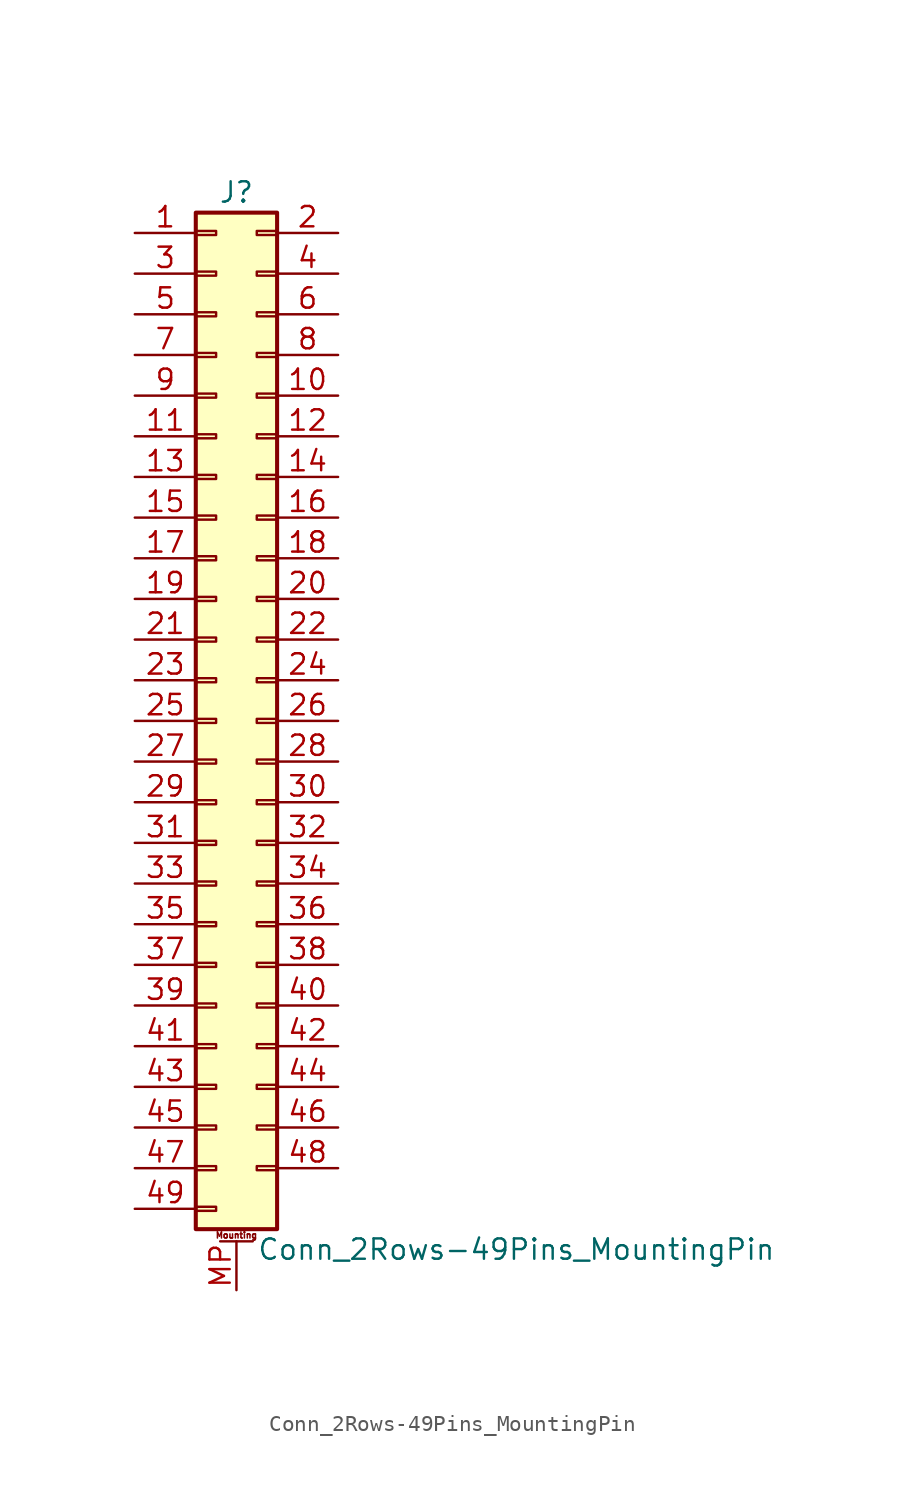
<source format=kicad_sym>
(kicad_symbol_lib
  (version 20211014)
  (generator kicad_symbol_editor)
  (symbol "Conn_2Rows-49Pins_MountingPin"
    (pin_names
      (offset 1.016) hide)
    (property "Reference" "J"
      (at 1.27 33.02 0)
      (effects (font (size 1.27 1.27))))
    (property "Value" "Conn_2Rows-49Pins_MountingPin"
      (at 2.54 -33.02 0)
      (effects (font (size 1.27 1.27)) (justify left)))
    (symbol "Conn_2Rows-49Pins_MountingPin_1_1"
      (rectangle (start -1.27 -30.353) (end 0 -30.607) (stroke (width 0.152) (type default) (color 0 0 0 0)) (fill (type none)))
      (rectangle (start -1.27 -27.813) (end 0 -28.067) (stroke (width 0.152) (type default) (color 0 0 0 0)) (fill (type none)))
      (rectangle (start -1.27 -25.273) (end 0 -25.527) (stroke (width 0.152) (type default) (color 0 0 0 0)) (fill (type none)))
      (rectangle (start -1.27 -22.733) (end 0 -22.987) (stroke (width 0.152) (type default) (color 0 0 0 0)) (fill (type none)))
      (rectangle (start -1.27 -20.193) (end 0 -20.447) (stroke (width 0.152) (type default) (color 0 0 0 0)) (fill (type none)))
      (rectangle (start -1.27 -17.653) (end 0 -17.907) (stroke (width 0.152) (type default) (color 0 0 0 0)) (fill (type none)))
      (rectangle (start -1.27 -15.113) (end 0 -15.367) (stroke (width 0.152) (type default) (color 0 0 0 0)) (fill (type none)))
      (rectangle (start -1.27 -12.573) (end 0 -12.827) (stroke (width 0.152) (type default) (color 0 0 0 0)) (fill (type none)))
      (rectangle (start -1.27 -10.033) (end 0 -10.287) (stroke (width 0.152) (type default) (color 0 0 0 0)) (fill (type none)))
      (rectangle (start -1.27 -7.493) (end 0 -7.747) (stroke (width 0.152) (type default) (color 0 0 0 0)) (fill (type none)))
      (rectangle (start -1.27 -4.953) (end 0 -5.207) (stroke (width 0.152) (type default) (color 0 0 0 0)) (fill (type none)))
      (rectangle (start -1.27 -2.413) (end 0 -2.667) (stroke (width 0.152) (type default) (color 0 0 0 0)) (fill (type none)))
      (rectangle (start -1.27 0.127) (end 0 -0.127) (stroke (width 0.152) (type default) (color 0 0 0 0)) (fill (type none)))
      (rectangle (start -1.27 2.667) (end 0 2.413) (stroke (width 0.152) (type default) (color 0 0 0 0)) (fill (type none)))
      (rectangle (start -1.27 5.207) (end 0 4.953) (stroke (width 0.152) (type default) (color 0 0 0 0)) (fill (type none)))
      (rectangle (start -1.27 7.747) (end 0 7.493) (stroke (width 0.152) (type default) (color 0 0 0 0)) (fill (type none)))
      (rectangle (start -1.27 10.287) (end 0 10.033) (stroke (width 0.152) (type default) (color 0 0 0 0)) (fill (type none)))
      (rectangle (start -1.27 12.827) (end 0 12.573) (stroke (width 0.152) (type default) (color 0 0 0 0)) (fill (type none)))
      (rectangle (start -1.27 15.367) (end 0 15.113) (stroke (width 0.152) (type default) (color 0 0 0 0)) (fill (type none)))
      (rectangle (start -1.27 17.907) (end 0 17.653) (stroke (width 0.152) (type default) (color 0 0 0 0)) (fill (type none)))
      (rectangle (start -1.27 20.447) (end 0 20.193) (stroke (width 0.152) (type default) (color 0 0 0 0)) (fill (type none)))
      (rectangle (start -1.27 22.987) (end 0 22.733) (stroke (width 0.152) (type default) (color 0 0 0 0)) (fill (type none)))
      (rectangle (start -1.27 25.527) (end 0 25.273) (stroke (width 0.152) (type default) (color 0 0 0 0)) (fill (type none)))
      (rectangle (start -1.27 28.067) (end 0 27.813) (stroke (width 0.152) (type default) (color 0 0 0 0)) (fill (type none)))
      (rectangle (start -1.27 30.607) (end 0 30.353) (stroke (width 0.152) (type default) (color 0 0 0 0)) (fill (type none)))
      (rectangle (start -1.27 31.75) (end 3.81 -31.75) (stroke (width 0.254) (type default) (color 0 0 0 0)) (fill (type background)))
      (polyline (pts (xy 0.254 -32.512) (xy 2.286 -32.512)) (stroke (width 0.152) (type default) (color 0 0 0 0)) (fill (type none)))
      (rectangle (start 3.81 -27.813) (end 2.54 -28.067) (stroke (width 0.152) (type default) (color 0 0 0 0)) (fill (type none)))
      (rectangle (start 3.81 -25.273) (end 2.54 -25.527) (stroke (width 0.152) (type default) (color 0 0 0 0)) (fill (type none)))
      (rectangle (start 3.81 -22.733) (end 2.54 -22.987) (stroke (width 0.152) (type default) (color 0 0 0 0)) (fill (type none)))
      (rectangle (start 3.81 -20.193) (end 2.54 -20.447) (stroke (width 0.152) (type default) (color 0 0 0 0)) (fill (type none)))
      (rectangle (start 3.81 -17.653) (end 2.54 -17.907) (stroke (width 0.152) (type default) (color 0 0 0 0)) (fill (type none)))
      (rectangle (start 3.81 -15.113) (end 2.54 -15.367) (stroke (width 0.152) (type default) (color 0 0 0 0)) (fill (type none)))
      (rectangle (start 3.81 -12.573) (end 2.54 -12.827) (stroke (width 0.152) (type default) (color 0 0 0 0)) (fill (type none)))
      (rectangle (start 3.81 -10.033) (end 2.54 -10.287) (stroke (width 0.152) (type default) (color 0 0 0 0)) (fill (type none)))
      (rectangle (start 3.81 -7.493) (end 2.54 -7.747) (stroke (width 0.152) (type default) (color 0 0 0 0)) (fill (type none)))
      (rectangle (start 3.81 -4.953) (end 2.54 -5.207) (stroke (width 0.152) (type default) (color 0 0 0 0)) (fill (type none)))
      (rectangle (start 3.81 -2.413) (end 2.54 -2.667) (stroke (width 0.152) (type default) (color 0 0 0 0)) (fill (type none)))
      (rectangle (start 3.81 0.127) (end 2.54 -0.127) (stroke (width 0.152) (type default) (color 0 0 0 0)) (fill (type none)))
      (rectangle (start 3.81 2.667) (end 2.54 2.413) (stroke (width 0.152) (type default) (color 0 0 0 0)) (fill (type none)))
      (rectangle (start 3.81 5.207) (end 2.54 4.953) (stroke (width 0.152) (type default) (color 0 0 0 0)) (fill (type none)))
      (rectangle (start 3.81 7.747) (end 2.54 7.493) (stroke (width 0.152) (type default) (color 0 0 0 0)) (fill (type none)))
      (rectangle (start 3.81 10.287) (end 2.54 10.033) (stroke (width 0.152) (type default) (color 0 0 0 0)) (fill (type none)))
      (rectangle (start 3.81 12.827) (end 2.54 12.573) (stroke (width 0.152) (type default) (color 0 0 0 0)) (fill (type none)))
      (rectangle (start 3.81 15.367) (end 2.54 15.113) (stroke (width 0.152) (type default) (color 0 0 0 0)) (fill (type none)))
      (rectangle (start 3.81 17.907) (end 2.54 17.653) (stroke (width 0.152) (type default) (color 0 0 0 0)) (fill (type none)))
      (rectangle (start 3.81 20.447) (end 2.54 20.193) (stroke (width 0.152) (type default) (color 0 0 0 0)) (fill (type none)))
      (rectangle (start 3.81 22.987) (end 2.54 22.733) (stroke (width 0.152) (type default) (color 0 0 0 0)) (fill (type none)))
      (rectangle (start 3.81 25.527) (end 2.54 25.273) (stroke (width 0.152) (type default) (color 0 0 0 0)) (fill (type none)))
      (rectangle (start 3.81 28.067) (end 2.54 27.813) (stroke (width 0.152) (type default) (color 0 0 0 0)) (fill (type none)))
      (rectangle (start 3.81 30.607) (end 2.54 30.353) (stroke (width 0.152) (type default) (color 0 0 0 0)) (fill (type none)))
      (text "Mounting" (at 1.27 -32.131 0) (effects (font (size 0.381 0.381))))
      (pin passive line (at -5.08 30.48 0) (length 3.81) (name "Pin_1" (effects (font (size 1.27 1.27)))) (number "1" (effects (font (size 1.27 1.27)))))
      (pin passive line (at 7.62 20.32 180) (length 3.81) (name "Pin_10" (effects (font (size 1.27 1.27)))) (number "10" (effects (font (size 1.27 1.27)))))
      (pin passive line (at -5.08 17.78 0) (length 3.81) (name "Pin_11" (effects (font (size 1.27 1.27)))) (number "11" (effects (font (size 1.27 1.27)))))
      (pin passive line (at 7.62 17.78 180) (length 3.81) (name "Pin_12" (effects (font (size 1.27 1.27)))) (number "12" (effects (font (size 1.27 1.27)))))
      (pin passive line (at -5.08 15.24 0) (length 3.81) (name "Pin_13" (effects (font (size 1.27 1.27)))) (number "13" (effects (font (size 1.27 1.27)))))
      (pin passive line (at 7.62 15.24 180) (length 3.81) (name "Pin_14" (effects (font (size 1.27 1.27)))) (number "14" (effects (font (size 1.27 1.27)))))
      (pin passive line (at -5.08 12.7 0) (length 3.81) (name "Pin_15" (effects (font (size 1.27 1.27)))) (number "15" (effects (font (size 1.27 1.27)))))
      (pin passive line (at 7.62 12.7 180) (length 3.81) (name "Pin_16" (effects (font (size 1.27 1.27)))) (number "16" (effects (font (size 1.27 1.27)))))
      (pin passive line (at -5.08 10.16 0) (length 3.81) (name "Pin_17" (effects (font (size 1.27 1.27)))) (number "17" (effects (font (size 1.27 1.27)))))
      (pin passive line (at 7.62 10.16 180) (length 3.81) (name "Pin_18" (effects (font (size 1.27 1.27)))) (number "18" (effects (font (size 1.27 1.27)))))
      (pin passive line (at -5.08 7.62 0) (length 3.81) (name "Pin_19" (effects (font (size 1.27 1.27)))) (number "19" (effects (font (size 1.27 1.27)))))
      (pin passive line (at 7.62 30.48 180) (length 3.81) (name "Pin_2" (effects (font (size 1.27 1.27)))) (number "2" (effects (font (size 1.27 1.27)))))
      (pin passive line (at 7.62 7.62 180) (length 3.81) (name "Pin_20" (effects (font (size 1.27 1.27)))) (number "20" (effects (font (size 1.27 1.27)))))
      (pin passive line (at -5.08 5.08 0) (length 3.81) (name "Pin_21" (effects (font (size 1.27 1.27)))) (number "21" (effects (font (size 1.27 1.27)))))
      (pin passive line (at 7.62 5.08 180) (length 3.81) (name "Pin_22" (effects (font (size 1.27 1.27)))) (number "22" (effects (font (size 1.27 1.27)))))
      (pin passive line (at -5.08 2.54 0) (length 3.81) (name "Pin_23" (effects (font (size 1.27 1.27)))) (number "23" (effects (font (size 1.27 1.27)))))
      (pin passive line (at 7.62 2.54 180) (length 3.81) (name "Pin_24" (effects (font (size 1.27 1.27)))) (number "24" (effects (font (size 1.27 1.27)))))
      (pin passive line (at -5.08 0 0) (length 3.81) (name "Pin_25" (effects (font (size 1.27 1.27)))) (number "25" (effects (font (size 1.27 1.27)))))
      (pin passive line (at 7.62 0 180) (length 3.81) (name "Pin_26" (effects (font (size 1.27 1.27)))) (number "26" (effects (font (size 1.27 1.27)))))
      (pin passive line (at -5.08 -2.54 0) (length 3.81) (name "Pin_27" (effects (font (size 1.27 1.27)))) (number "27" (effects (font (size 1.27 1.27)))))
      (pin passive line (at 7.62 -2.54 180) (length 3.81) (name "Pin_28" (effects (font (size 1.27 1.27)))) (number "28" (effects (font (size 1.27 1.27)))))
      (pin passive line (at -5.08 -5.08 0) (length 3.81) (name "Pin_29" (effects (font (size 1.27 1.27)))) (number "29" (effects (font (size 1.27 1.27)))))
      (pin passive line (at -5.08 27.94 0) (length 3.81) (name "Pin_3" (effects (font (size 1.27 1.27)))) (number "3" (effects (font (size 1.27 1.27)))))
      (pin passive line (at 7.62 -5.08 180) (length 3.81) (name "Pin_30" (effects (font (size 1.27 1.27)))) (number "30" (effects (font (size 1.27 1.27)))))
      (pin passive line (at -5.08 -7.62 0) (length 3.81) (name "Pin_31" (effects (font (size 1.27 1.27)))) (number "31" (effects (font (size 1.27 1.27)))))
      (pin passive line (at 7.62 -7.62 180) (length 3.81) (name "Pin_32" (effects (font (size 1.27 1.27)))) (number "32" (effects (font (size 1.27 1.27)))))
      (pin passive line (at -5.08 -10.16 0) (length 3.81) (name "Pin_33" (effects (font (size 1.27 1.27)))) (number "33" (effects (font (size 1.27 1.27)))))
      (pin passive line (at 7.62 -10.16 180) (length 3.81) (name "Pin_34" (effects (font (size 1.27 1.27)))) (number "34" (effects (font (size 1.27 1.27)))))
      (pin passive line (at -5.08 -12.7 0) (length 3.81) (name "Pin_35" (effects (font (size 1.27 1.27)))) (number "35" (effects (font (size 1.27 1.27)))))
      (pin passive line (at 7.62 -12.7 180) (length 3.81) (name "Pin_36" (effects (font (size 1.27 1.27)))) (number "36" (effects (font (size 1.27 1.27)))))
      (pin passive line (at -5.08 -15.24 0) (length 3.81) (name "Pin_37" (effects (font (size 1.27 1.27)))) (number "37" (effects (font (size 1.27 1.27)))))
      (pin passive line (at 7.62 -15.24 180) (length 3.81) (name "Pin_38" (effects (font (size 1.27 1.27)))) (number "38" (effects (font (size 1.27 1.27)))))
      (pin passive line (at -5.08 -17.78 0) (length 3.81) (name "Pin_39" (effects (font (size 1.27 1.27)))) (number "39" (effects (font (size 1.27 1.27)))))
      (pin passive line (at 7.62 27.94 180) (length 3.81) (name "Pin_4" (effects (font (size 1.27 1.27)))) (number "4" (effects (font (size 1.27 1.27)))))
      (pin passive line (at 7.62 -17.78 180) (length 3.81) (name "Pin_40" (effects (font (size 1.27 1.27)))) (number "40" (effects (font (size 1.27 1.27)))))
      (pin passive line (at -5.08 -20.32 0) (length 3.81) (name "Pin_41" (effects (font (size 1.27 1.27)))) (number "41" (effects (font (size 1.27 1.27)))))
      (pin passive line (at 7.62 -20.32 180) (length 3.81) (name "Pin_42" (effects (font (size 1.27 1.27)))) (number "42" (effects (font (size 1.27 1.27)))))
      (pin passive line (at -5.08 -22.86 0) (length 3.81) (name "Pin_43" (effects (font (size 1.27 1.27)))) (number "43" (effects (font (size 1.27 1.27)))))
      (pin passive line (at 7.62 -22.86 180) (length 3.81) (name "Pin_44" (effects (font (size 1.27 1.27)))) (number "44" (effects (font (size 1.27 1.27)))))
      (pin passive line (at -5.08 -25.4 0) (length 3.81) (name "Pin_45" (effects (font (size 1.27 1.27)))) (number "45" (effects (font (size 1.27 1.27)))))
      (pin passive line (at 7.62 -25.4 180) (length 3.81) (name "Pin_46" (effects (font (size 1.27 1.27)))) (number "46" (effects (font (size 1.27 1.27)))))
      (pin passive line (at -5.08 -27.94 0) (length 3.81) (name "Pin_47" (effects (font (size 1.27 1.27)))) (number "47" (effects (font (size 1.27 1.27)))))
      (pin passive line (at 7.62 -27.94 180) (length 3.81) (name "Pin_48" (effects (font (size 1.27 1.27)))) (number "48" (effects (font (size 1.27 1.27)))))
      (pin passive line (at -5.08 -30.48 0) (length 3.81) (name "Pin_49" (effects (font (size 1.27 1.27)))) (number "49" (effects (font (size 1.27 1.27)))))
      (pin passive line (at -5.08 25.4 0) (length 3.81) (name "Pin_5" (effects (font (size 1.27 1.27)))) (number "5" (effects (font (size 1.27 1.27)))))
      (pin passive line (at 7.62 25.4 180) (length 3.81) (name "Pin_6" (effects (font (size 1.27 1.27)))) (number "6" (effects (font (size 1.27 1.27)))))
      (pin passive line (at -5.08 22.86 0) (length 3.81) (name "Pin_7" (effects (font (size 1.27 1.27)))) (number "7" (effects (font (size 1.27 1.27)))))
      (pin passive line (at 7.62 22.86 180) (length 3.81) (name "Pin_8" (effects (font (size 1.27 1.27)))) (number "8" (effects (font (size 1.27 1.27)))))
      (pin passive line (at -5.08 20.32 0) (length 3.81) (name "Pin_9" (effects (font (size 1.27 1.27)))) (number "9" (effects (font (size 1.27 1.27)))))
      (pin passive line (at 1.27 -35.56 90) (length 3.048) (name "MountPin" (effects (font (size 1.27 1.27)))) (number "MP" (effects (font (size 1.27 1.27))))))))
</source>
